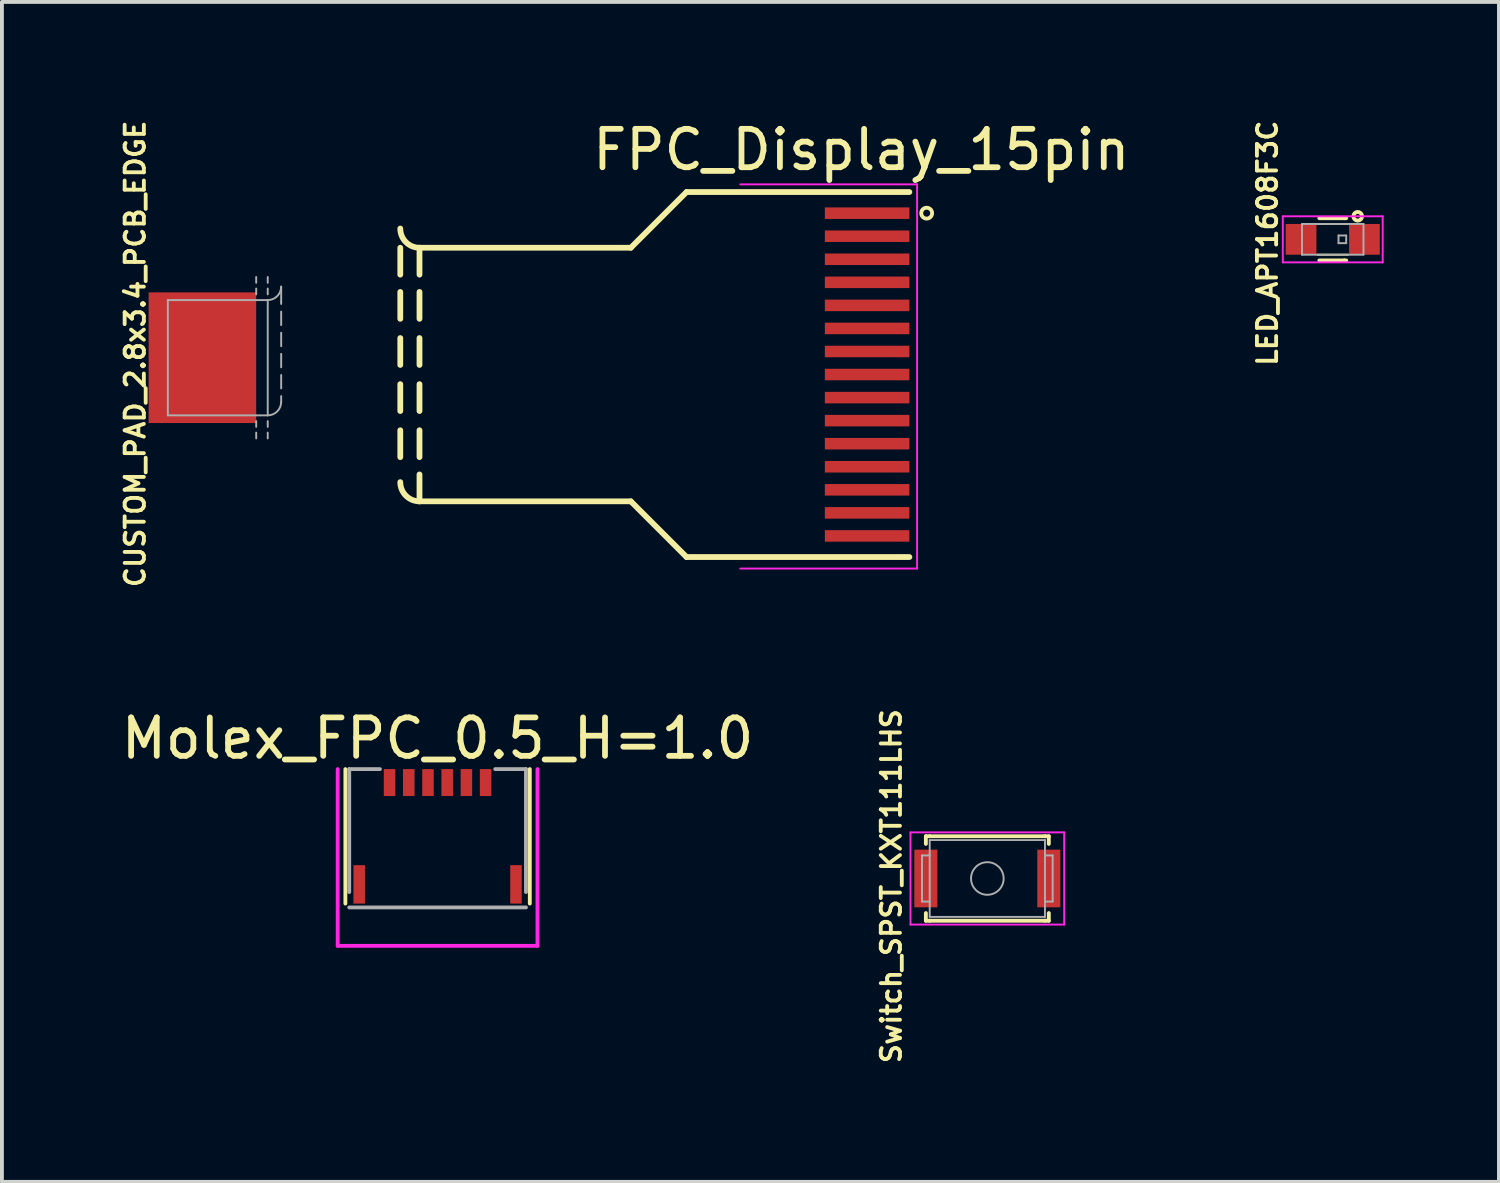
<source format=kicad_pcb>
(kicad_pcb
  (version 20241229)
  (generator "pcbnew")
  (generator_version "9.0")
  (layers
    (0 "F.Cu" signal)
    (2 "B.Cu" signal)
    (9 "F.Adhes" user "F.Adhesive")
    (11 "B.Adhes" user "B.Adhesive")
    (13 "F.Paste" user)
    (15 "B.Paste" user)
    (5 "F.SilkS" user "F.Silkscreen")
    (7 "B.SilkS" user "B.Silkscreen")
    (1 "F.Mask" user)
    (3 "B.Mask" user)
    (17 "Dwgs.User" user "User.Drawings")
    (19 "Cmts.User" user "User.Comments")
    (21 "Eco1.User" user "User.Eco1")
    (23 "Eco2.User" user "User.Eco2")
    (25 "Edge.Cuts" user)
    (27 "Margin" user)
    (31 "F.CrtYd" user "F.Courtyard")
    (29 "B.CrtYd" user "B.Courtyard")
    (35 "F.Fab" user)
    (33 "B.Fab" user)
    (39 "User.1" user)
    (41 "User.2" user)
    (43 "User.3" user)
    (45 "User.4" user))
  (footprint "FPC_Display_15pin"
    (layer "F.Cu")
    (at 20.618 6.698)
    (property "Reference" "FPC_Display_15pin" (at -1.25 -5.85 0) (layer "F.SilkS") (effects (font (size 1 1) (thickness 0.15))))
    (attr through_hole)
    (fp_line (start -13.25 -3.3) (end -13.25 -2.6) (stroke (width 0.15) (type solid)) (layer "F.SilkS"))
    (fp_line (start -13.25 -2.15) (end -13.25 -1.45) (stroke (width 0.15) (type solid)) (layer "F.SilkS"))
    (fp_line (start -13.25 -0.95) (end -13.25 -0.25) (stroke (width 0.15) (type solid)) (layer "F.SilkS"))
    (fp_line (start -13.25 0.25) (end -13.25 0.95) (stroke (width 0.15) (type solid)) (layer "F.SilkS"))
    (fp_line (start -13.25 1.45) (end -13.25 2.15) (stroke (width 0.15) (type solid)) (layer "F.SilkS"))
    (fp_line (start -12.75 -3.3) (end -12.75 -2.6) (stroke (width 0.15) (type solid)) (layer "F.SilkS"))
    (fp_line (start -12.75 -2.15) (end -12.75 -1.45) (stroke (width 0.15) (type solid)) (layer "F.SilkS"))
    (fp_line (start -12.75 -0.95) (end -12.75 -0.25) (stroke (width 0.15) (type solid)) (layer "F.SilkS"))
    (fp_line (start -12.75 0.25) (end -12.75 0.95) (stroke (width 0.15) (type solid)) (layer "F.SilkS"))
    (fp_line (start -12.75 1.45) (end -12.75 2.15) (stroke (width 0.15) (type solid)) (layer "F.SilkS"))
    (fp_line (start -12.75 2.6) (end -12.75 3.3) (stroke (width 0.15) (type solid)) (layer "F.SilkS"))
    (fp_line (start -7.25 -3.3) (end -12.75 -3.3) (stroke (width 0.15) (type solid)) (layer "F.SilkS"))
    (fp_line (start -7.25 3.3) (end -12.75 3.3) (stroke (width 0.15) (type solid)) (layer "F.SilkS"))
    (fp_line (start -7.25 3.3) (end -5.8 4.75) (stroke (width 0.15) (type solid)) (layer "F.SilkS"))
    (fp_line (start -5.8 -4.75) (end -7.25 -3.3) (stroke (width 0.15) (type solid)) (layer "F.SilkS"))
    (fp_line (start -5.8 -4.75) (end 0 -4.75) (stroke (width 0.15) (type solid)) (layer "F.SilkS"))
    (fp_line (start 0 4.75) (end -5.8 4.75) (stroke (width 0.15) (type solid)) (layer "F.SilkS"))
    (fp_arc (start -12.75 -3.3) (mid -13.103553 -3.446447) (end -13.25 -3.8) (stroke (width 0.15) (type solid)) (layer "F.SilkS"))
    (fp_arc (start -12.75 3.3) (mid -13.103553 3.153553) (end -13.25 2.8) (stroke (width 0.15) (type solid)) (layer "F.SilkS"))
    (fp_circle (center 0.45 -4.2) (end 0.55 -4.3) (stroke (width 0.1) (type solid)) (fill no) (layer "F.SilkS"))
    (fp_line (start -4.4 -4.95) (end 0.2 -4.95) (stroke (width 0.05) (type solid)) (layer "F.CrtYd"))
    (fp_line (start 0.2 -4.95) (end 0.2 5.05) (stroke (width 0.05) (type solid)) (layer "F.CrtYd"))
    (fp_line (start 0.2 5.05) (end -4.4 5.05) (stroke (width 0.05) (type solid)) (layer "F.CrtYd"))
    (pad "1" smd rect (at -1.1 -4.2) (size 2.2 0.3) (layers "F.Cu" "F.Mask" "F.Paste"))
    (pad "2" smd rect (at -1.1 -3.6) (size 2.2 0.3) (layers "F.Cu" "F.Mask" "F.Paste"))
    (pad "3" smd rect (at -1.1 -3) (size 2.2 0.3) (layers "F.Cu" "F.Mask" "F.Paste"))
    (pad "4" smd rect (at -1.1 -2.4) (size 2.2 0.3) (layers "F.Cu" "F.Mask" "F.Paste"))
    (pad "5" smd rect (at -1.1 -1.8) (size 2.2 0.3) (layers "F.Cu" "F.Mask" "F.Paste"))
    (pad "6" smd rect (at -1.1 -1.2) (size 2.2 0.3) (layers "F.Cu" "F.Mask" "F.Paste"))
    (pad "7" smd rect (at -1.1 -0.6) (size 2.2 0.3) (layers "F.Cu" "F.Mask" "F.Paste"))
    (pad "8" smd rect (at -1.1 0) (size 2.2 0.3) (layers "F.Cu" "F.Mask" "F.Paste"))
    (pad "9" smd rect (at -1.1 0.6) (size 2.2 0.3) (layers "F.Cu" "F.Mask" "F.Paste"))
    (pad "10" smd rect (at -1.1 1.2) (size 2.2 0.3) (layers "F.Cu" "F.Mask" "F.Paste"))
    (pad "11" smd rect (at -1.1 1.8) (size 2.2 0.3) (layers "F.Cu" "F.Mask" "F.Paste"))
    (pad "12" smd rect (at -1.1 2.4) (size 2.2 0.3) (layers "F.Cu" "F.Mask" "F.Paste"))
    (pad "13" smd rect (at -1.1 3) (size 2.2 0.3) (layers "F.Cu" "F.Mask" "F.Paste"))
    (pad "14" smd rect (at -1.1 3.6) (size 2.2 0.3) (layers "F.Cu" "F.Mask" "F.Paste"))
    (pad "15" smd rect (at -1.1 4.2) (size 2.2 0.3) (layers "F.Cu" "F.Mask" "F.Paste")))
  (footprint "CUSTOM_PAD_2.8x3.4_PCB_EDGE"
    (layer "F.Cu")
    (at 2.318 6.26)
    (property "Reference" "CUSTOM_PAD_2.8x3.4_PCB_EDGE" (at -1.85 -0.1 270) (layer "F.SilkS") (effects (font (size 0.5 0.5) (thickness 0.1))))
    (attr through_hole)
    (fp_line (start -1 -1.5) (end 1.6 -1.5) (stroke (width 0.05) (type solid)) (layer "F.Fab"))
    (fp_line (start -1 1.5) (end -1 -1.5) (stroke (width 0.05) (type solid)) (layer "F.Fab"))
    (fp_line (start 1.3 -1.95) (end 1.3 -2.1) (stroke (width 0.05) (type solid)) (layer "F.Fab"))
    (fp_line (start 1.3 -1.65) (end 1.3 -1.8) (stroke (width 0.05) (type solid)) (layer "F.Fab"))
    (fp_line (start 1.3 1.8) (end 1.3 1.65) (stroke (width 0.05) (type solid)) (layer "F.Fab"))
    (fp_line (start 1.3 2.1) (end 1.3 1.95) (stroke (width 0.05) (type solid)) (layer "F.Fab"))
    (fp_line (start 1.6 -1.95) (end 1.6 -2.1) (stroke (width 0.05) (type solid)) (layer "F.Fab"))
    (fp_line (start 1.6 -1.65) (end 1.6 -1.8) (stroke (width 0.05) (type solid)) (layer "F.Fab"))
    (fp_line (start 1.6 -1.5) (end 1.6 1.5) (stroke (width 0.05) (type solid)) (layer "F.Fab"))
    (fp_line (start 1.6 1.5) (end -1 1.5) (stroke (width 0.05) (type solid)) (layer "F.Fab"))
    (fp_line (start 1.6 1.8) (end 1.6 1.65) (stroke (width 0.05) (type solid)) (layer "F.Fab"))
    (fp_line (start 1.6 2.1) (end 1.6 1.95) (stroke (width 0.05) (type solid)) (layer "F.Fab"))
    (fp_line (start 1.95 -1.85) (end 1.95 -1.45) (stroke (width 0.05) (type solid)) (layer "F.Fab"))
    (fp_line (start 1.95 -1.45) (end 1.95 -1.4) (stroke (width 0.05) (type solid)) (layer "F.Fab"))
    (fp_line (start 1.95 -1.2) (end 1.95 -0.85) (stroke (width 0.05) (type solid)) (layer "F.Fab"))
    (fp_line (start 1.95 -0.65) (end 1.95 -0.3) (stroke (width 0.05) (type solid)) (layer "F.Fab"))
    (fp_line (start 1.95 -0.1) (end 1.95 0.25) (stroke (width 0.05) (type solid)) (layer "F.Fab"))
    (fp_line (start 1.95 0.45) (end 1.95 0.8) (stroke (width 0.05) (type solid)) (layer "F.Fab"))
    (fp_line (start 1.95 1.15) (end 1.95 1) (stroke (width 0.05) (type solid)) (layer "F.Fab"))
    (fp_arc (start 1.95 -1.85) (mid 1.847487 -1.602513) (end 1.6 -1.5) (stroke (width 0.05) (type solid)) (layer "F.Fab"))
    (fp_arc (start 1.95 1.15) (mid 1.847487 1.397487) (end 1.6 1.5) (stroke (width 0.05) (type solid)) (layer "F.Fab"))
    (pad "1" smd rect (at -0.1 0) (size 2.8 3.4) (layers "F.Cu" "F.Mask" "F.Paste")))
  (footprint "Switch_SPST_KXT111LHS"
    (layer "F.Cu")
    (at 22.647 19.814)
    (property "Reference" "Switch_SPST_KXT111LHS" (at -2.5 0.2 90) (layer "F.SilkS") (effects (font (size 0.5 0.5) (thickness 0.1))))
    (attr through_hole)
    (fp_line (start -1.6 -1.1) (end -1.6 -0.9) (stroke (width 0.1) (type solid)) (layer "F.SilkS"))
    (fp_line (start -1.6 1.1) (end -1.6 0.9) (stroke (width 0.1) (type solid)) (layer "F.SilkS"))
    (fp_line (start -1.5 -1.1) (end -1.6 -1.1) (stroke (width 0.1) (type solid)) (layer "F.SilkS"))
    (fp_line (start -1.5 -1.1) (end 1.5 -1.1) (stroke (width 0.1) (type solid)) (layer "F.SilkS"))
    (fp_line (start -1.5 1.1) (end -1.6 1.1) (stroke (width 0.1) (type solid)) (layer "F.SilkS"))
    (fp_line (start -1.5 1.1) (end 1.5 1.1) (stroke (width 0.1) (type solid)) (layer "F.SilkS"))
    (fp_line (start 1.5 -1.1) (end 1.6 -1.1) (stroke (width 0.1) (type solid)) (layer "F.SilkS"))
    (fp_line (start 1.5 1.1) (end 1.6 1.1) (stroke (width 0.1) (type solid)) (layer "F.SilkS"))
    (fp_line (start 1.6 -1.1) (end 1.6 -0.9) (stroke (width 0.1) (type solid)) (layer "F.SilkS"))
    (fp_line (start 1.6 1.1) (end 1.6 0.9) (stroke (width 0.1) (type solid)) (layer "F.SilkS"))
    (fp_line (start -2 -1.2) (end 2 -1.2) (stroke (width 0.05) (type solid)) (layer "F.CrtYd"))
    (fp_line (start -2 1.2) (end -2 -1.2) (stroke (width 0.05) (type solid)) (layer "F.CrtYd"))
    (fp_line (start 2 -1.2) (end 2 1.2) (stroke (width 0.05) (type solid)) (layer "F.CrtYd"))
    (fp_line (start 2 1.2) (end -2 1.2) (stroke (width 0.05) (type solid)) (layer "F.CrtYd"))
    (fp_line (start -1.7 -0.6) (end -1.7 0.6) (stroke (width 0.05) (type solid)) (layer "F.Fab"))
    (fp_line (start -1.7 0.6) (end -1.5 0.6) (stroke (width 0.05) (type solid)) (layer "F.Fab"))
    (fp_line (start -1.5 -1) (end -1.5 1) (stroke (width 0.05) (type solid)) (layer "F.Fab"))
    (fp_line (start -1.5 -0.6) (end -1.7 -0.6) (stroke (width 0.05) (type solid)) (layer "F.Fab"))
    (fp_line (start -1.5 1) (end 1.5 1) (stroke (width 0.05) (type solid)) (layer "F.Fab"))
    (fp_line (start 1.5 -1) (end -1.5 -1) (stroke (width 0.05) (type solid)) (layer "F.Fab"))
    (fp_line (start 1.5 -0.6) (end 1.7 -0.6) (stroke (width 0.05) (type solid)) (layer "F.Fab"))
    (fp_line (start 1.5 1) (end 1.5 -1) (stroke (width 0.05) (type solid)) (layer "F.Fab"))
    (fp_line (start 1.7 -0.6) (end 1.7 0.6) (stroke (width 0.05) (type solid)) (layer "F.Fab"))
    (fp_line (start 1.7 0.6) (end 1.5 0.6) (stroke (width 0.05) (type solid)) (layer "F.Fab"))
    (fp_circle (center 0 0) (end 0.3 -0.3) (stroke (width 0.05) (type solid)) (fill no) (layer "F.Fab"))
    (pad "1" smd rect (at -1.6 0) (size 0.6 1.5) (layers "F.Cu" "F.Mask" "F.Paste"))
    (pad "2" smd rect (at 1.6 0) (size 0.6 1.5) (layers "F.Cu" "F.Mask" "F.Paste")))
  (footprint "Molex_FPC_0.5_H=1.0"
    (layer "F.Cu")
    (at 8.339 20.467)
    (property "Reference" "Molex_FPC_0.5_H=1.0" (at 0 -4.3 0) (layer "F.SilkS") (effects (font (size 1 1) (thickness 0.15))))
    (attr through_hole)
    (fp_line (start -2.4 -3.5) (end -2.4 0) (stroke (width 0.1) (type solid)) (layer "F.SilkS"))
    (fp_line (start 2.4 -3.5) (end 2.4 0) (stroke (width 0.1) (type solid)) (layer "F.SilkS"))
    (fp_line (start -2.6 -3.5) (end -2.6 1.1) (stroke (width 0.1) (type solid)) (layer "F.CrtYd"))
    (fp_line (start -2.6 1.1) (end 2.6 1.1) (stroke (width 0.1) (type solid)) (layer "F.CrtYd"))
    (fp_line (start 2.6 1.1) (end 2.6 -3.5) (stroke (width 0.1) (type solid)) (layer "F.CrtYd"))
    (fp_line (start -2.3 -3.5) (end -1.5 -3.5) (stroke (width 0.1) (type solid)) (layer "F.Fab"))
    (fp_line (start -2.3 -0.3) (end -2.3 -3.5) (stroke (width 0.1) (type solid)) (layer "F.Fab"))
    (fp_line (start -2.3 0.1) (end 2.3 0.1) (stroke (width 0.1) (type solid)) (layer "F.Fab"))
    (fp_line (start 1.5 -3.5) (end 2.3 -3.5) (stroke (width 0.1) (type solid)) (layer "F.Fab"))
    (fp_line (start 2.3 -3.5) (end 2.3 -0.3) (stroke (width 0.1) (type solid)) (layer "F.Fab"))
    (pad "0" smd rect (at -2.04 -0.5) (size 0.3 1) (layers "F.Cu" "F.Mask" "F.Paste"))
    (pad "0" smd rect (at 2.04 -0.5) (size 0.3 1) (layers "F.Cu" "F.Mask" "F.Paste"))
    (pad "1" smd rect (at -1.25 -3.15) (size 0.3 0.7) (layers "F.Cu" "F.Mask" "F.Paste"))
    (pad "2" smd rect (at -0.75 -3.15) (size 0.3 0.7) (layers "F.Cu" "F.Mask" "F.Paste"))
    (pad "3" smd rect (at -0.25 -3.15) (size 0.3 0.7) (layers "F.Cu" "F.Mask" "F.Paste"))
    (pad "4" smd rect (at 0.25 -3.15) (size 0.3 0.7) (layers "F.Cu" "F.Mask" "F.Paste"))
    (pad "5" smd rect (at 0.75 -3.15) (size 0.3 0.7) (layers "F.Cu" "F.Mask" "F.Paste"))
    (pad "6" smd rect (at 1.25 -3.15) (size 0.3 0.7) (layers "F.Cu" "F.Mask" "F.Paste")))
  (footprint "LED_APT1608F3C"
    (layer "F.Cu")
    (at 31.637 3.179)
    (property "Reference" "LED_APT1608F3C" (at -1.7 0.1 270) (layer "F.SilkS") (effects (font (size 0.5 0.5) (thickness 0.1))))
    (attr through_hole)
    (fp_line (start -0.4 -0.4) (end 0.4 -0.4) (stroke (width 0.05) (type solid)) (layer "F.SilkS"))
    (fp_line (start -0.4 0.4) (end 0.4 0.4) (stroke (width 0.05) (type solid)) (layer "F.SilkS"))
    (fp_line (start -0.35 -0.55) (end 0.3 -0.55) (stroke (width 0.1) (type solid)) (layer "F.SilkS"))
    (fp_line (start -0.35 0.55) (end 0.3 0.55) (stroke (width 0.1) (type solid)) (layer "F.SilkS"))
    (fp_line (start 0.3 -0.55) (end 0.35 -0.55) (stroke (width 0.1) (type solid)) (layer "F.SilkS"))
    (fp_line (start 0.3 0.55) (end 0.35 0.55) (stroke (width 0.1) (type solid)) (layer "F.SilkS"))
    (fp_circle (center 0.65 -0.6) (end 0.7 -0.7) (stroke (width 0.1) (type solid)) (fill no) (layer "F.SilkS"))
    (fp_line (start -1.3 -0.6) (end 1.3 -0.6) (stroke (width 0.05) (type solid)) (layer "F.CrtYd"))
    (fp_line (start -1.3 0.6) (end -1.3 -0.6) (stroke (width 0.05) (type solid)) (layer "F.CrtYd"))
    (fp_line (start 1.3 -0.6) (end 1.3 0.6) (stroke (width 0.05) (type solid)) (layer "F.CrtYd"))
    (fp_line (start 1.3 0.6) (end -1.3 0.6) (stroke (width 0.05) (type solid)) (layer "F.CrtYd"))
    (fp_line (start -0.8 -0.4) (end -0.8 0.4) (stroke (width 0.05) (type solid)) (layer "F.Fab"))
    (fp_line (start -0.8 0.4) (end 0.8 0.4) (stroke (width 0.05) (type solid)) (layer "F.Fab"))
    (fp_line (start 0.15 -0.1) (end 0.35 -0.1) (stroke (width 0.05) (type solid)) (layer "F.Fab"))
    (fp_line (start 0.15 0.1) (end 0.15 -0.1) (stroke (width 0.05) (type solid)) (layer "F.Fab"))
    (fp_line (start 0.35 -0.1) (end 0.35 0.1) (stroke (width 0.05) (type solid)) (layer "F.Fab"))
    (fp_line (start 0.35 0.1) (end 0.15 0.1) (stroke (width 0.05) (type solid)) (layer "F.Fab"))
    (fp_line (start 0.8 -0.4) (end -0.8 -0.4) (stroke (width 0.05) (type solid)) (layer "F.Fab"))
    (fp_line (start 0.8 0.4) (end 0.8 -0.4) (stroke (width 0.05) (type solid)) (layer "F.Fab"))
    (pad "1" smd rect (at 0.825 0) (size 0.8 0.8) (layers "F.Cu" "F.Mask" "F.Paste"))
    (pad "2" smd rect (at -0.825 0) (size 0.8 0.8) (layers "F.Cu" "F.Mask" "F.Paste")))
  (gr_rect
    (start -3 -3)
    (end 35.962 27.71)
    (stroke (width 0.1) (type default))
    (fill no)
    (layer "Edge.Cuts")))
</source>
